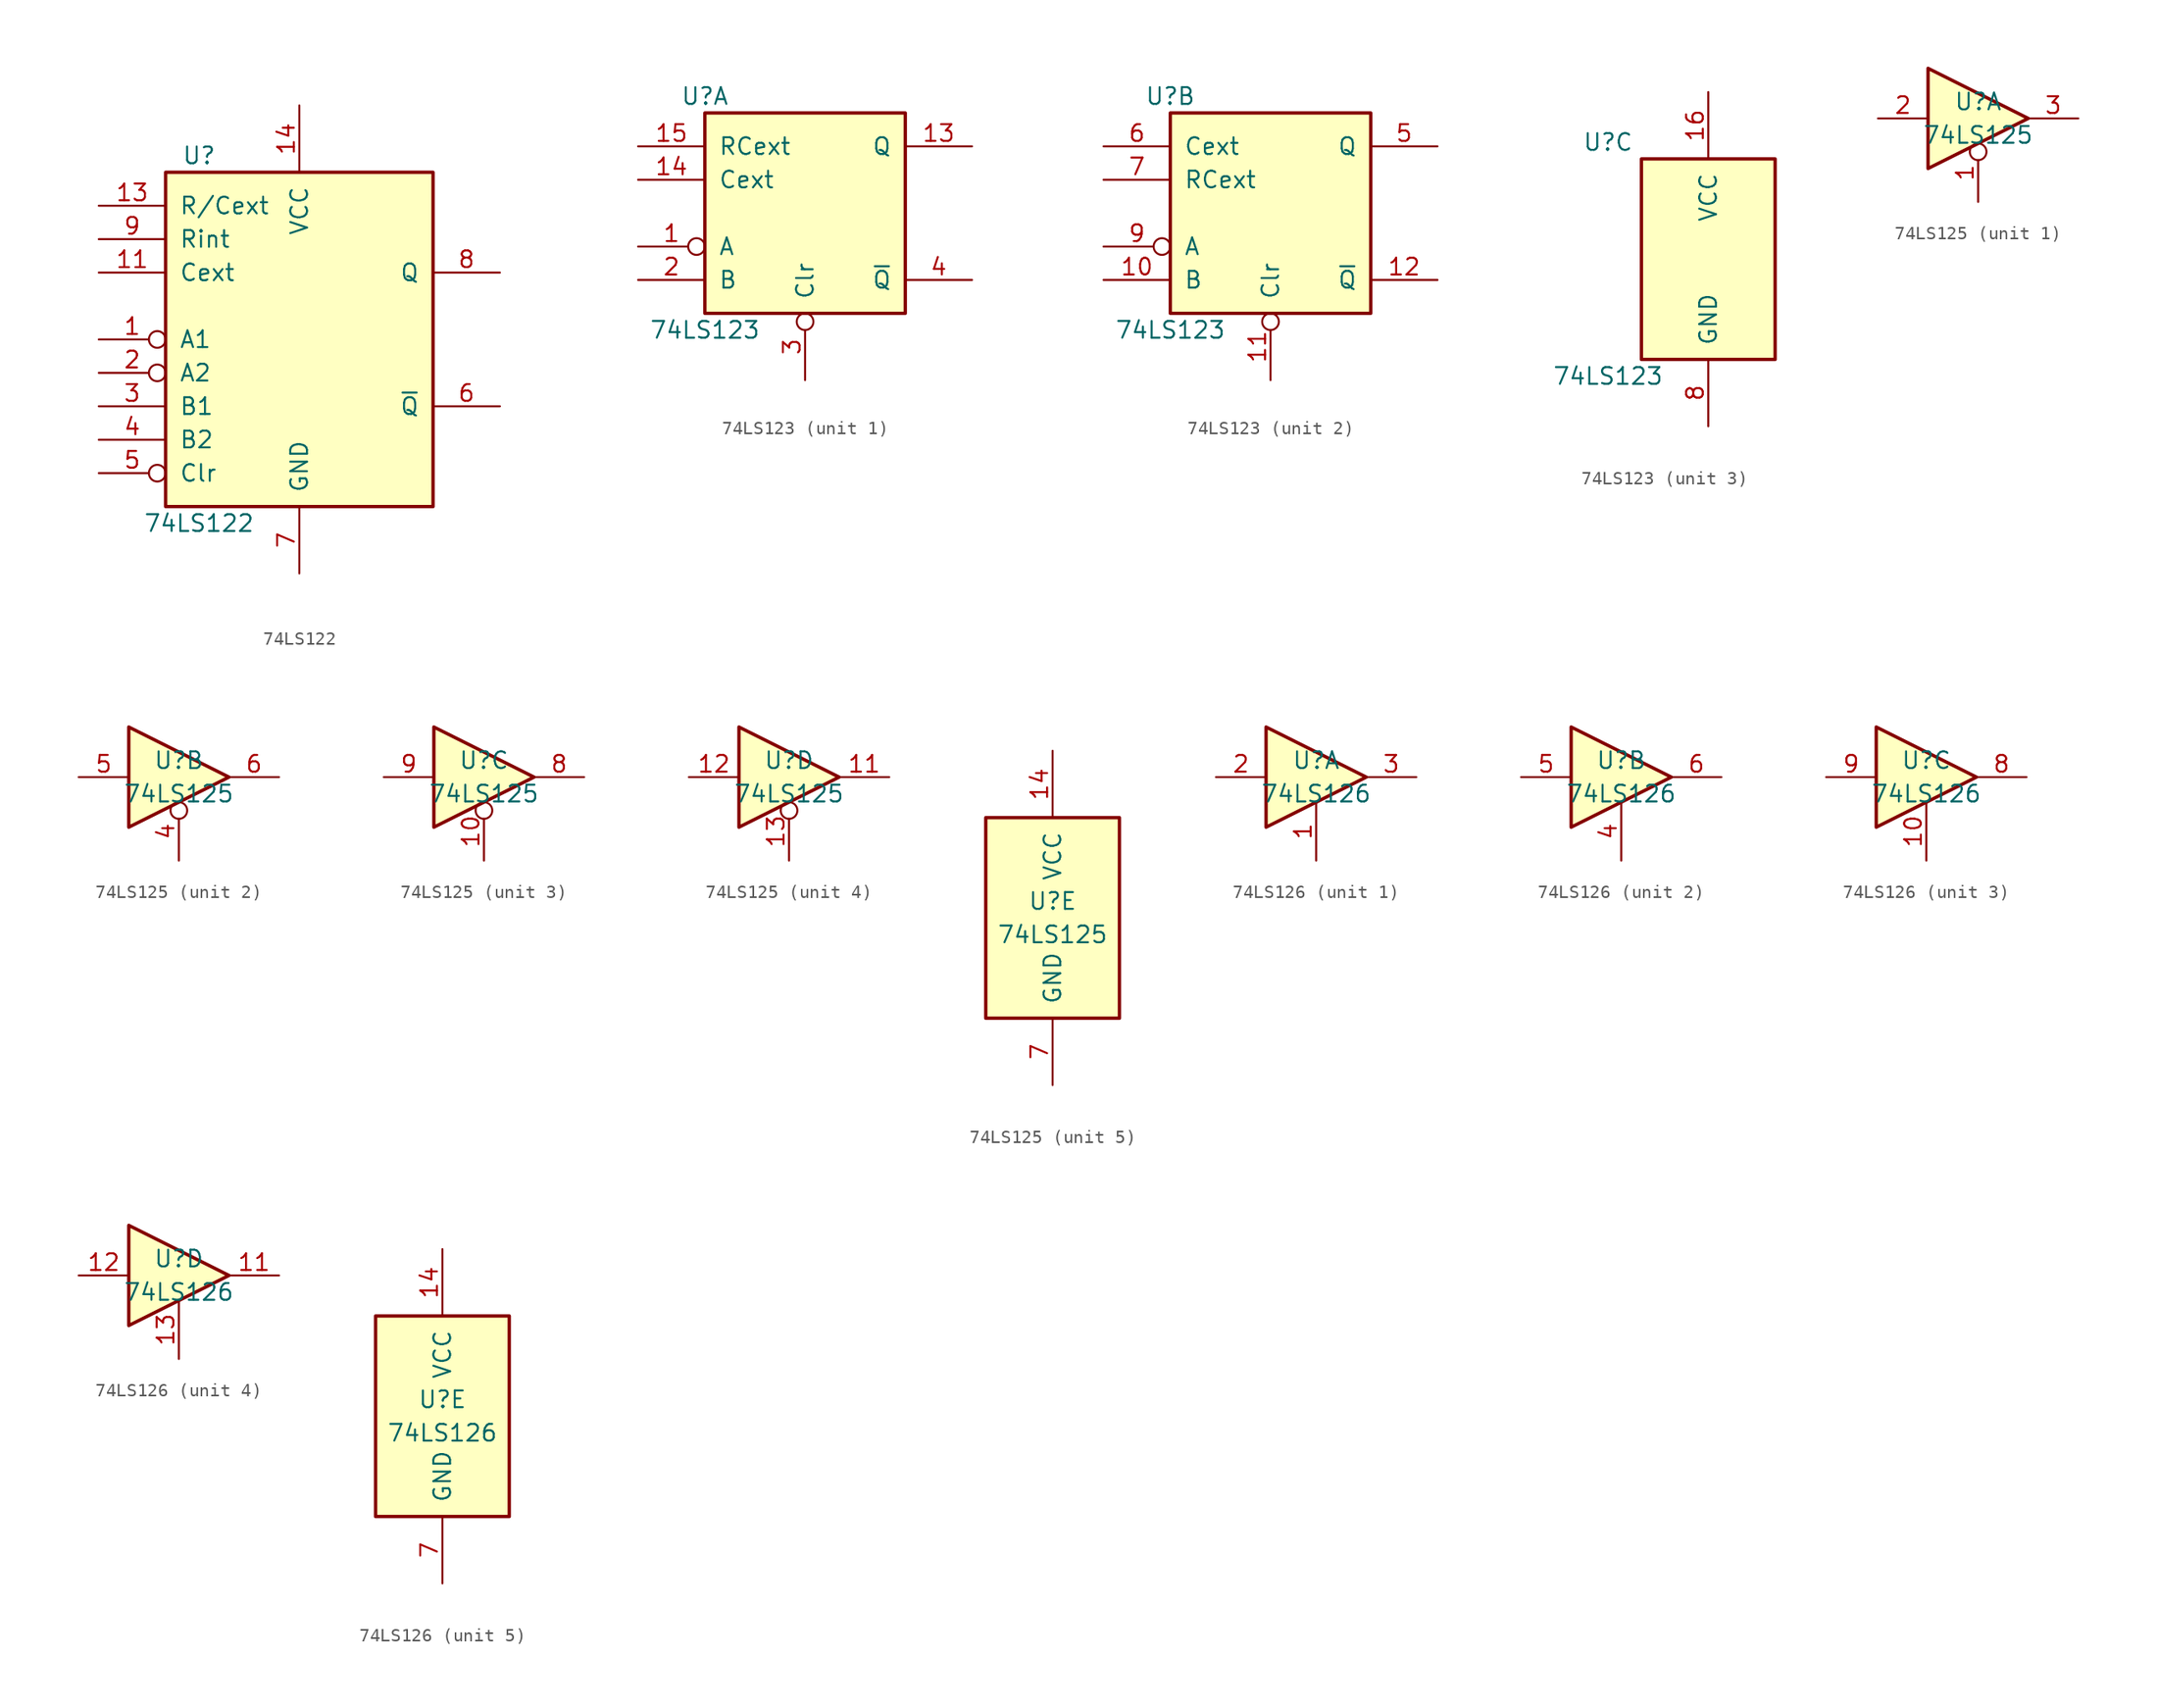
<source format=kicad_sym>
(kicad_symbol_lib
  (version 20201005)
  (generator kicad_symbol_editor)
  (symbol "74LS122"
    (pin_names
      (offset 1.016))
    (property "Reference" "U"
      (at -7.62 13.97 0)
      (effects (font (size 1.27 1.27))))
    (property "Value" "74LS122"
      (at -7.62 -13.97 0)
      (effects (font (size 1.27 1.27))))
    (property "ki_locked" ""
      (at 0 0 0)
      (effects (font (size 1.27 1.27))))
    (symbol "74LS122_1_0"
      (pin input inverted (at -15.24 0 0) (length 5.08) (name "A1" (effects (font (size 1.27 1.27)))) (number "1" (effects (font (size 1.27 1.27)))))
      (pin input line (at -15.24 5.08 0) (length 5.08) (name "Cext" (effects (font (size 1.27 1.27)))) (number "11" (effects (font (size 1.27 1.27)))))
      (pin input line (at -15.24 10.16 0) (length 5.08) (name "R/Cext" (effects (font (size 1.27 1.27)))) (number "13" (effects (font (size 1.27 1.27)))))
      (pin power_in line (at 0 17.78 270) (length 5.08) (name "VCC" (effects (font (size 1.27 1.27)))) (number "14" (effects (font (size 1.27 1.27)))))
      (pin input inverted (at -15.24 -2.54 0) (length 5.08) (name "A2" (effects (font (size 1.27 1.27)))) (number "2" (effects (font (size 1.27 1.27)))))
      (pin input line (at -15.24 -5.08 0) (length 5.08) (name "B1" (effects (font (size 1.27 1.27)))) (number "3" (effects (font (size 1.27 1.27)))))
      (pin input line (at -15.24 -7.62 0) (length 5.08) (name "B2" (effects (font (size 1.27 1.27)))) (number "4" (effects (font (size 1.27 1.27)))))
      (pin input inverted (at -15.24 -10.16 0) (length 5.08) (name "Clr" (effects (font (size 1.27 1.27)))) (number "5" (effects (font (size 1.27 1.27)))))
      (pin output line (at 15.24 -5.08 180) (length 5.08) (name "~Q" (effects (font (size 1.27 1.27)))) (number "6" (effects (font (size 1.27 1.27)))))
      (pin power_in line (at 0 -17.78 90) (length 5.08) (name "GND" (effects (font (size 1.27 1.27)))) (number "7" (effects (font (size 1.27 1.27)))))
      (pin output line (at 15.24 5.08 180) (length 5.08) (name "Q" (effects (font (size 1.27 1.27)))) (number "8" (effects (font (size 1.27 1.27)))))
      (pin input line (at -15.24 7.62 0) (length 5.08) (name "Rint" (effects (font (size 1.27 1.27)))) (number "9" (effects (font (size 1.27 1.27))))))
    (symbol "74LS122_1_1"
      (rectangle (start -10.16 12.7) (end 10.16 -12.7) (stroke (width 0.254)) (fill (type background)))))
  (symbol "74LS123"
    (pin_names
      (offset 1.016))
    (property "Reference" "U"
      (at -7.62 8.89 0)
      (effects (font (size 1.27 1.27))))
    (property "Value" "74LS123"
      (at -7.62 -8.89 0)
      (effects (font (size 1.27 1.27))))
    (property "ki_locked" ""
      (at 0 0 0)
      (effects (font (size 1.27 1.27))))
    (symbol "74LS123_1_0"
      (pin input inverted (at -12.7 -2.54 0) (length 5.08) (name "A" (effects (font (size 1.27 1.27)))) (number "1" (effects (font (size 1.27 1.27)))))
      (pin output line (at 12.7 5.08 180) (length 5.08) (name "Q" (effects (font (size 1.27 1.27)))) (number "13" (effects (font (size 1.27 1.27)))))
      (pin input line (at -12.7 2.54 0) (length 5.08) (name "Cext" (effects (font (size 1.27 1.27)))) (number "14" (effects (font (size 1.27 1.27)))))
      (pin input line (at -12.7 5.08 0) (length 5.08) (name "RCext" (effects (font (size 1.27 1.27)))) (number "15" (effects (font (size 1.27 1.27)))))
      (pin input line (at -12.7 -5.08 0) (length 5.08) (name "B" (effects (font (size 1.27 1.27)))) (number "2" (effects (font (size 1.27 1.27)))))
      (pin input inverted (at 0 -12.7 90) (length 5.08) (name "Clr" (effects (font (size 1.27 1.27)))) (number "3" (effects (font (size 1.27 1.27)))))
      (pin output line (at 12.7 -5.08 180) (length 5.08) (name "~Q" (effects (font (size 1.27 1.27)))) (number "4" (effects (font (size 1.27 1.27))))))
    (symbol "74LS123_1_1"
      (rectangle (start -7.62 7.62) (end 7.62 -7.62) (stroke (width 0.254)) (fill (type background))))
    (symbol "74LS123_2_0"
      (pin input line (at -12.7 -5.08 0) (length 5.08) (name "B" (effects (font (size 1.27 1.27)))) (number "10" (effects (font (size 1.27 1.27)))))
      (pin input inverted (at 0 -12.7 90) (length 5.08) (name "Clr" (effects (font (size 1.27 1.27)))) (number "11" (effects (font (size 1.27 1.27)))))
      (pin output line (at 12.7 -5.08 180) (length 5.08) (name "~Q" (effects (font (size 1.27 1.27)))) (number "12" (effects (font (size 1.27 1.27)))))
      (pin output line (at 12.7 5.08 180) (length 5.08) (name "Q" (effects (font (size 1.27 1.27)))) (number "5" (effects (font (size 1.27 1.27)))))
      (pin input line (at -12.7 5.08 0) (length 5.08) (name "Cext" (effects (font (size 1.27 1.27)))) (number "6" (effects (font (size 1.27 1.27)))))
      (pin input line (at -12.7 2.54 0) (length 5.08) (name "RCext" (effects (font (size 1.27 1.27)))) (number "7" (effects (font (size 1.27 1.27)))))
      (pin input inverted (at -12.7 -2.54 0) (length 5.08) (name "A" (effects (font (size 1.27 1.27)))) (number "9" (effects (font (size 1.27 1.27))))))
    (symbol "74LS123_2_1"
      (rectangle (start -7.62 7.62) (end 7.62 -7.62) (stroke (width 0.254)) (fill (type background))))
    (symbol "74LS123_3_0"
      (pin power_in line (at 0 12.7 270) (length 5.08) (name "VCC" (effects (font (size 1.27 1.27)))) (number "16" (effects (font (size 1.27 1.27)))))
      (pin power_in line (at 0 -12.7 90) (length 5.08) (name "GND" (effects (font (size 1.27 1.27)))) (number "8" (effects (font (size 1.27 1.27))))))
    (symbol "74LS123_3_1"
      (rectangle (start -5.08 7.62) (end 5.08 -7.62) (stroke (width 0.254)) (fill (type background)))))
  (symbol "74LS125"
    (pin_names
      (offset 1.016))
    (property "Reference" "U"
      (at 0 1.27 0)
      (effects (font (size 1.27 1.27))))
    (property "Value" "74LS125"
      (at 0 -1.27 0)
      (effects (font (size 1.27 1.27))))
    (property "ki_locked" ""
      (at 0 0 0)
      (effects (font (size 1.27 1.27))))
    (symbol "74LS125_1_0"
      (polyline (pts (xy -3.81 3.81) (xy -3.81 -3.81) (xy 3.81 0) (xy -3.81 3.81)) (stroke (width 0.254)) (fill (type background)))
      (pin input inverted (at 0 -6.35 90) (length 4.445) (name "~" (effects (font (size 1.27 1.27)))) (number "1" (effects (font (size 1.27 1.27)))))
      (pin input line (at -7.62 0 0) (length 3.81) (name "~" (effects (font (size 1.27 1.27)))) (number "2" (effects (font (size 1.27 1.27)))))
      (pin tri_state line (at 7.62 0 180) (length 3.81) (name "~" (effects (font (size 1.27 1.27)))) (number "3" (effects (font (size 1.27 1.27))))))
    (symbol "74LS125_2_0"
      (polyline (pts (xy -3.81 3.81) (xy -3.81 -3.81) (xy 3.81 0) (xy -3.81 3.81)) (stroke (width 0.254)) (fill (type background)))
      (pin input inverted (at 0 -6.35 90) (length 4.445) (name "~" (effects (font (size 1.27 1.27)))) (number "4" (effects (font (size 1.27 1.27)))))
      (pin input line (at -7.62 0 0) (length 3.81) (name "~" (effects (font (size 1.27 1.27)))) (number "5" (effects (font (size 1.27 1.27)))))
      (pin tri_state line (at 7.62 0 180) (length 3.81) (name "~" (effects (font (size 1.27 1.27)))) (number "6" (effects (font (size 1.27 1.27))))))
    (symbol "74LS125_3_0"
      (polyline (pts (xy -3.81 3.81) (xy -3.81 -3.81) (xy 3.81 0) (xy -3.81 3.81)) (stroke (width 0.254)) (fill (type background)))
      (pin input inverted (at 0 -6.35 90) (length 4.445) (name "~" (effects (font (size 1.27 1.27)))) (number "10" (effects (font (size 1.27 1.27)))))
      (pin tri_state line (at 7.62 0 180) (length 3.81) (name "~" (effects (font (size 1.27 1.27)))) (number "8" (effects (font (size 1.27 1.27)))))
      (pin input line (at -7.62 0 0) (length 3.81) (name "~" (effects (font (size 1.27 1.27)))) (number "9" (effects (font (size 1.27 1.27))))))
    (symbol "74LS125_4_0"
      (polyline (pts (xy -3.81 3.81) (xy -3.81 -3.81) (xy 3.81 0) (xy -3.81 3.81)) (stroke (width 0.254)) (fill (type background)))
      (pin tri_state line (at 7.62 0 180) (length 3.81) (name "~" (effects (font (size 1.27 1.27)))) (number "11" (effects (font (size 1.27 1.27)))))
      (pin input line (at -7.62 0 0) (length 3.81) (name "~" (effects (font (size 1.27 1.27)))) (number "12" (effects (font (size 1.27 1.27)))))
      (pin input inverted (at 0 -6.35 90) (length 4.445) (name "~" (effects (font (size 1.27 1.27)))) (number "13" (effects (font (size 1.27 1.27))))))
    (symbol "74LS125_5_0"
      (pin power_in line (at 0 12.7 270) (length 5.08) (name "VCC" (effects (font (size 1.27 1.27)))) (number "14" (effects (font (size 1.27 1.27)))))
      (pin power_in line (at 0 -12.7 90) (length 5.08) (name "GND" (effects (font (size 1.27 1.27)))) (number "7" (effects (font (size 1.27 1.27))))))
    (symbol "74LS125_5_1"
      (rectangle (start -5.08 7.62) (end 5.08 -7.62) (stroke (width 0.254)) (fill (type background)))))
  (symbol "74LS126"
    (pin_names
      (offset 1.016))
    (property "Reference" "U"
      (at 0 1.27 0)
      (effects (font (size 1.27 1.27))))
    (property "Value" "74LS126"
      (at 0 -1.27 0)
      (effects (font (size 1.27 1.27))))
    (property "ki_locked" ""
      (at 0 0 0)
      (effects (font (size 1.27 1.27))))
    (symbol "74LS126_1_0"
      (polyline (pts (xy -3.81 3.81) (xy -3.81 -3.81) (xy 3.81 0) (xy -3.81 3.81)) (stroke (width 0.254)) (fill (type background)))
      (pin input line (at 0 -6.35 90) (length 4.445) (name "~" (effects (font (size 1.27 1.27)))) (number "1" (effects (font (size 1.27 1.27)))))
      (pin input line (at -7.62 0 0) (length 3.81) (name "~" (effects (font (size 1.27 1.27)))) (number "2" (effects (font (size 1.27 1.27)))))
      (pin tri_state line (at 7.62 0 180) (length 3.81) (name "~" (effects (font (size 1.27 1.27)))) (number "3" (effects (font (size 1.27 1.27))))))
    (symbol "74LS126_2_0"
      (polyline (pts (xy -3.81 3.81) (xy -3.81 -3.81) (xy 3.81 0) (xy -3.81 3.81)) (stroke (width 0.254)) (fill (type background)))
      (pin input line (at 0 -6.35 90) (length 4.445) (name "~" (effects (font (size 1.27 1.27)))) (number "4" (effects (font (size 1.27 1.27)))))
      (pin input line (at -7.62 0 0) (length 3.81) (name "~" (effects (font (size 1.27 1.27)))) (number "5" (effects (font (size 1.27 1.27)))))
      (pin tri_state line (at 7.62 0 180) (length 3.81) (name "~" (effects (font (size 1.27 1.27)))) (number "6" (effects (font (size 1.27 1.27))))))
    (symbol "74LS126_3_0"
      (polyline (pts (xy -3.81 3.81) (xy -3.81 -3.81) (xy 3.81 0) (xy -3.81 3.81)) (stroke (width 0.254)) (fill (type background)))
      (pin input line (at 0 -6.35 90) (length 4.445) (name "~" (effects (font (size 1.27 1.27)))) (number "10" (effects (font (size 1.27 1.27)))))
      (pin tri_state line (at 7.62 0 180) (length 3.81) (name "~" (effects (font (size 1.27 1.27)))) (number "8" (effects (font (size 1.27 1.27)))))
      (pin input line (at -7.62 0 0) (length 3.81) (name "~" (effects (font (size 1.27 1.27)))) (number "9" (effects (font (size 1.27 1.27))))))
    (symbol "74LS126_4_0"
      (polyline (pts (xy -3.81 3.81) (xy -3.81 -3.81) (xy 3.81 0) (xy -3.81 3.81)) (stroke (width 0.254)) (fill (type background)))
      (pin tri_state line (at 7.62 0 180) (length 3.81) (name "~" (effects (font (size 1.27 1.27)))) (number "11" (effects (font (size 1.27 1.27)))))
      (pin input line (at -7.62 0 0) (length 3.81) (name "~" (effects (font (size 1.27 1.27)))) (number "12" (effects (font (size 1.27 1.27)))))
      (pin input line (at 0 -6.35 90) (length 4.445) (name "~" (effects (font (size 1.27 1.27)))) (number "13" (effects (font (size 1.27 1.27))))))
    (symbol "74LS126_5_0"
      (pin power_in line (at 0 12.7 270) (length 5.08) (name "VCC" (effects (font (size 1.27 1.27)))) (number "14" (effects (font (size 1.27 1.27)))))
      (pin power_in line (at 0 -12.7 90) (length 5.08) (name "GND" (effects (font (size 1.27 1.27)))) (number "7" (effects (font (size 1.27 1.27))))))
    (symbol "74LS126_5_1"
      (rectangle (start -5.08 7.62) (end 5.08 -7.62) (stroke (width 0.254)) (fill (type background))))))
</source>
